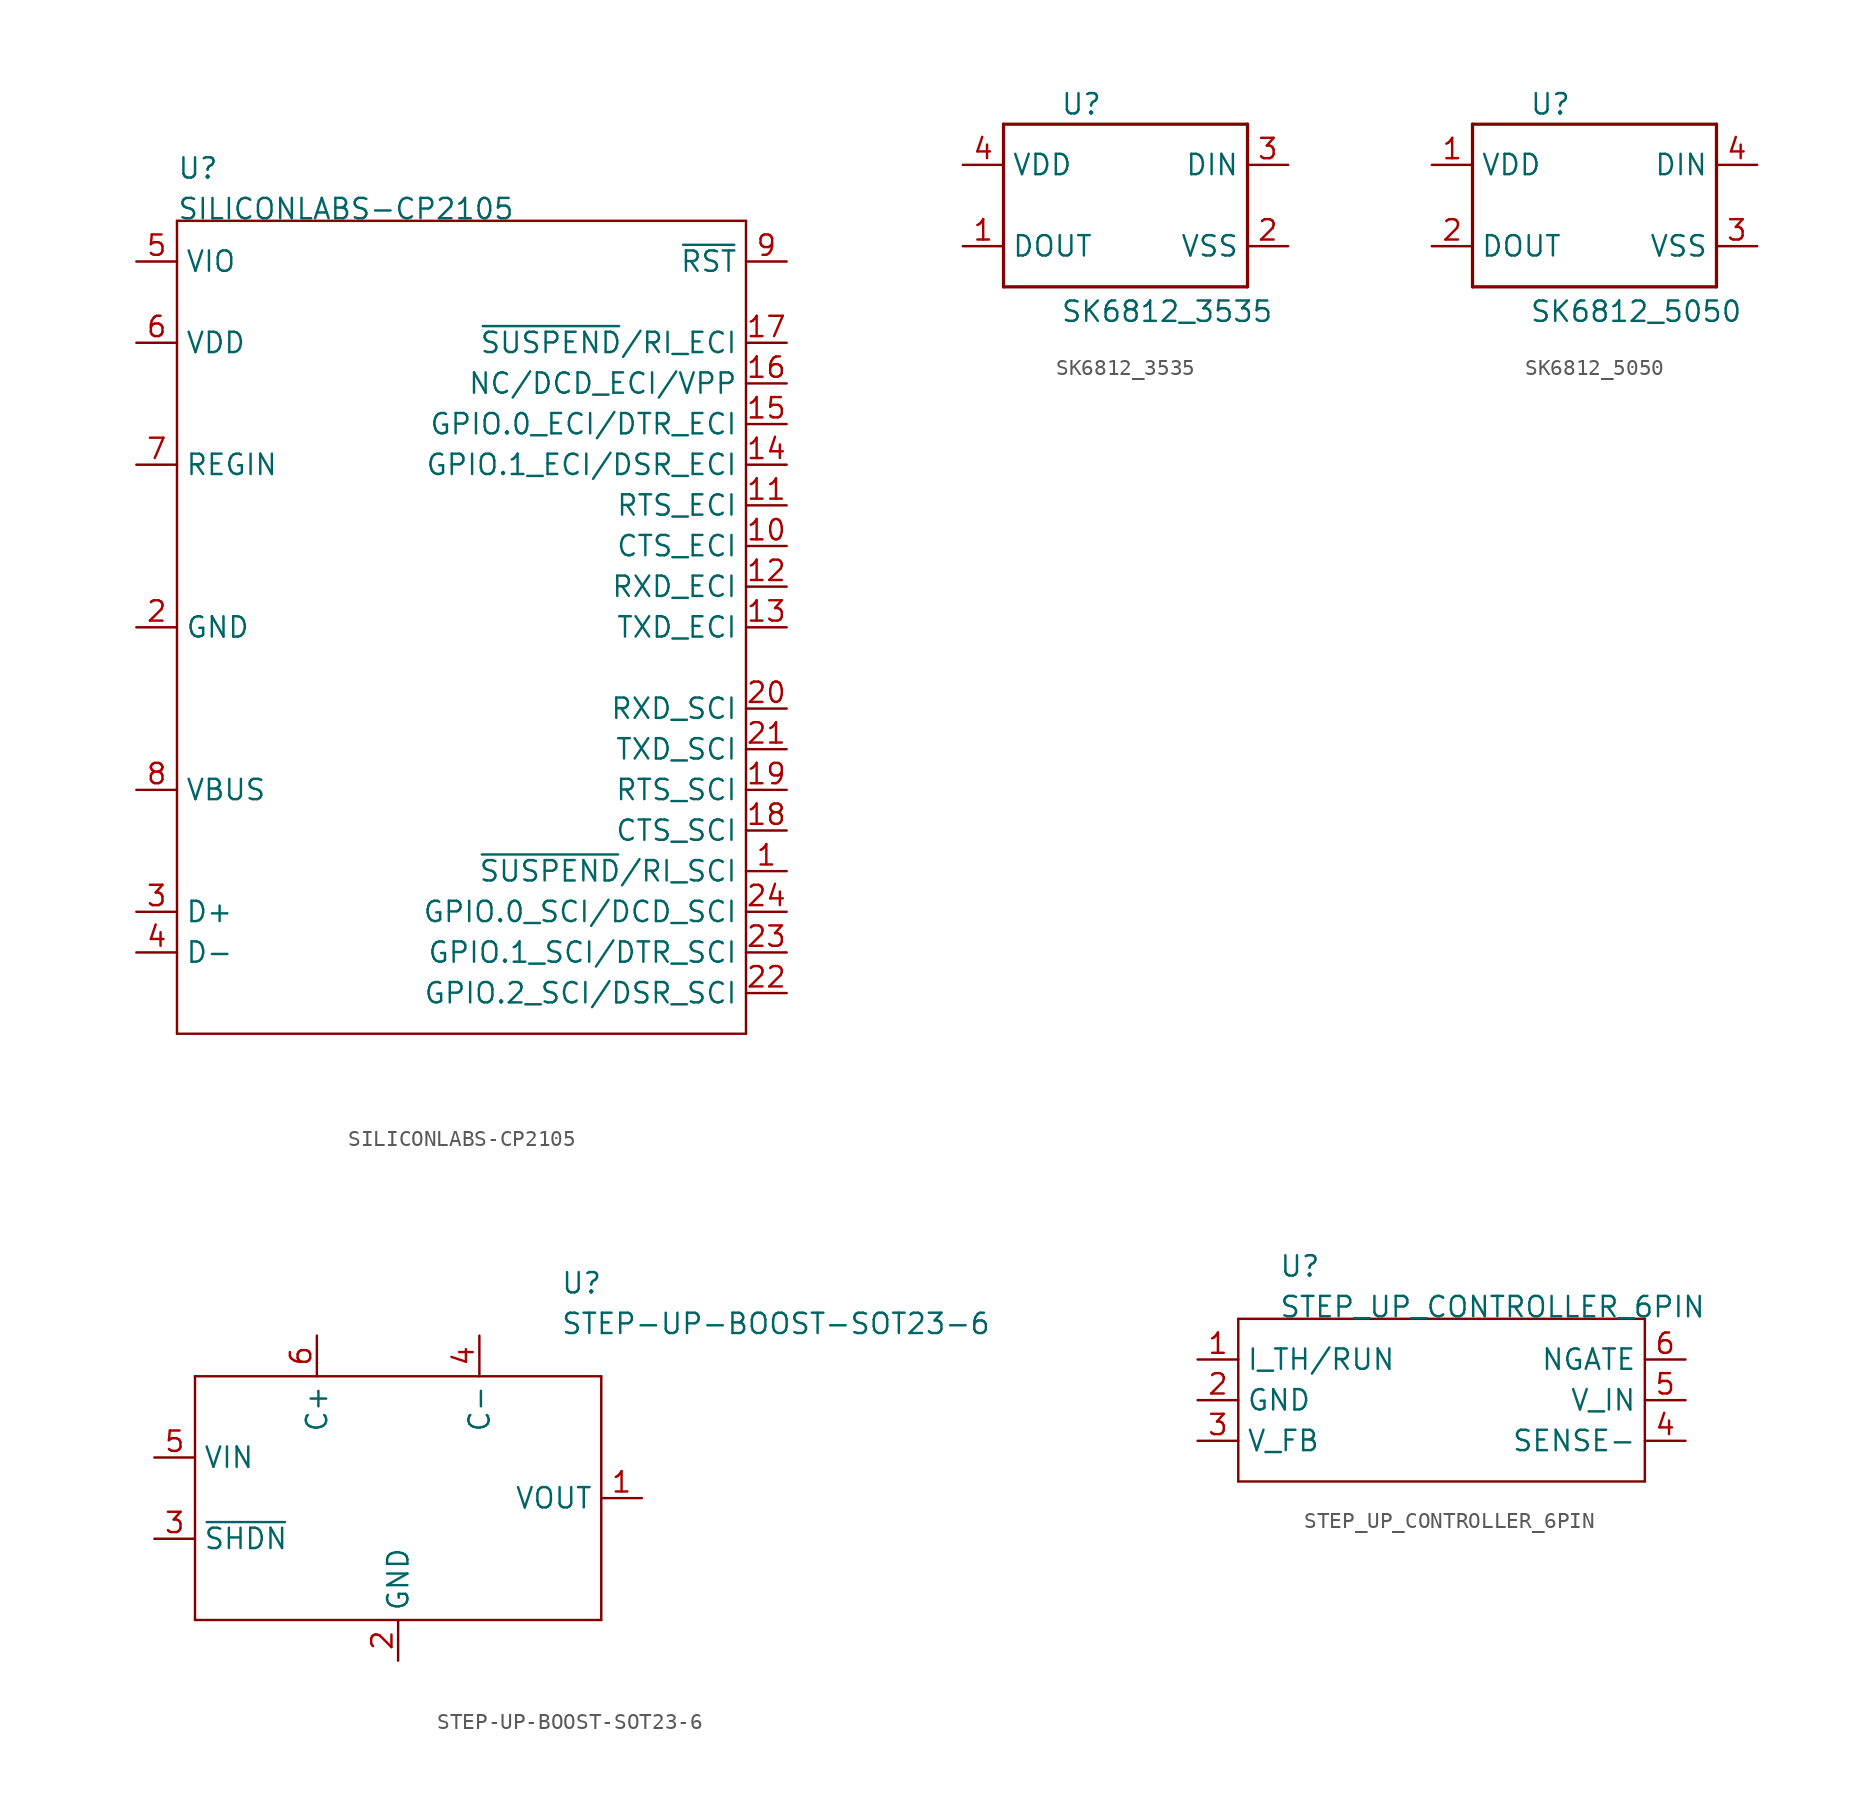
<source format=kicad_sym>
(kicad_symbol_lib
  (version 20211014)
  (generator kicad_symbol_editor)
  (symbol "SILICONLABS-CP2105"
    (pin_names)
    (property "Reference" "U"
      (at -17.78 27.94 0)
      (effects (font (size 1.27 1.27)) (justify left bottom)))
    (property "Value" "SILICONLABS-CP2105"
      (at -17.78 25.4 0)
      (effects (font (size 1.27 1.27)) (justify left bottom)))
    (property "Datasheet" ""
      (at 0 0 0))
    (property "ki_description" "Silicon Labs CP2105  - USB Bridge, USB to UART USB 2.0 UART Interface   Technical Specifications:    Standards: USB 2.0       Component Search:  [DATA SHEET NAME]   Datasheet:  CP2105 "
      (at 0 0 0))
    (property "ki_fp_filters" "FlashPCB_ICs:24-QFN(4X4)"
      (at 0 0 0))
    (symbol "SILICONLABS-CP2105_1_1"
      (polyline (pts (xy -17.78 25.4) (xy 17.78 25.4)) (stroke (width 0.152)) (fill (type none)))
      (polyline (pts (xy 17.78 25.4) (xy 17.78 -25.4)) (stroke (width 0.152)) (fill (type none)))
      (polyline (pts (xy 17.78 -25.4) (xy -17.78 -25.4)) (stroke (width 0.152)) (fill (type none)))
      (polyline (pts (xy -17.78 -25.4) (xy -17.78 25.4)) (stroke (width 0.152)) (fill (type none)))
      (pin bidirectional line (at -20.32 22.86 0) (length 2.54) (name "VIO" (effects (font (size 1.27 1.27)))) (number "5" (effects (font (size 1.27 1.27)))))
      (pin bidirectional line (at -20.32 17.78 0) (length 2.54) (name "VDD" (effects (font (size 1.27 1.27)))) (number "6" (effects (font (size 1.27 1.27)))))
      (pin bidirectional line (at -20.32 10.16 0) (length 2.54) (name "REGIN" (effects (font (size 1.27 1.27)))) (number "7" (effects (font (size 1.27 1.27)))))
      (pin bidirectional line (at -20.32 0 0) (length 2.54) (name "GND" (effects (font (size 1.27 1.27)))) (number "2" (effects (font (size 1.27 1.27)))))
      (pin bidirectional line (at -20.32 0 0) (length 2.54) hide (name "GND" (effects (font (size 1.27 1.27)))) (number "25" (effects (font (size 1.27 1.27)))))
      (pin bidirectional line (at -20.32 -10.16 0) (length 2.54) (name "VBUS" (effects (font (size 1.27 1.27)))) (number "8" (effects (font (size 1.27 1.27)))))
      (pin bidirectional line (at -20.32 -17.78 0) (length 2.54) (name "D+" (effects (font (size 1.27 1.27)))) (number "3" (effects (font (size 1.27 1.27)))))
      (pin bidirectional line (at -20.32 -20.32 0) (length 2.54) (name "D-" (effects (font (size 1.27 1.27)))) (number "4" (effects (font (size 1.27 1.27)))))
      (pin bidirectional line (at 20.32 22.86 180) (length 2.54) (name "~{RST}" (effects (font (size 1.27 1.27)))) (number "9" (effects (font (size 1.27 1.27)))))
      (pin bidirectional line (at 20.32 17.78 180) (length 2.54) (name "~{SUSPEND}/RI_ECI" (effects (font (size 1.27 1.27)))) (number "17" (effects (font (size 1.27 1.27)))))
      (pin bidirectional line (at 20.32 15.24 180) (length 2.54) (name "NC/DCD_ECI/VPP" (effects (font (size 1.27 1.27)))) (number "16" (effects (font (size 1.27 1.27)))))
      (pin bidirectional line (at 20.32 10.16 180) (length 2.54) (name "GPIO.1_ECI/DSR_ECI" (effects (font (size 1.27 1.27)))) (number "14" (effects (font (size 1.27 1.27)))))
      (pin bidirectional line (at 20.32 7.62 180) (length 2.54) (name "RTS_ECI" (effects (font (size 1.27 1.27)))) (number "11" (effects (font (size 1.27 1.27)))))
      (pin bidirectional line (at 20.32 5.08 180) (length 2.54) (name "CTS_ECI" (effects (font (size 1.27 1.27)))) (number "10" (effects (font (size 1.27 1.27)))))
      (pin bidirectional line (at 20.32 12.7 180) (length 2.54) (name "GPIO.0_ECI/DTR_ECI" (effects (font (size 1.27 1.27)))) (number "15" (effects (font (size 1.27 1.27)))))
      (pin bidirectional line (at 20.32 2.54 180) (length 2.54) (name "RXD_ECI" (effects (font (size 1.27 1.27)))) (number "12" (effects (font (size 1.27 1.27)))))
      (pin bidirectional line (at 20.32 0 180) (length 2.54) (name "TXD_ECI" (effects (font (size 1.27 1.27)))) (number "13" (effects (font (size 1.27 1.27)))))
      (pin bidirectional line (at 20.32 -5.08 180) (length 2.54) (name "RXD_SCI" (effects (font (size 1.27 1.27)))) (number "20" (effects (font (size 1.27 1.27)))))
      (pin bidirectional line (at 20.32 -7.62 180) (length 2.54) (name "TXD_SCI" (effects (font (size 1.27 1.27)))) (number "21" (effects (font (size 1.27 1.27)))))
      (pin bidirectional line (at 20.32 -10.16 180) (length 2.54) (name "RTS_SCI" (effects (font (size 1.27 1.27)))) (number "19" (effects (font (size 1.27 1.27)))))
      (pin bidirectional line (at 20.32 -12.7 180) (length 2.54) (name "CTS_SCI" (effects (font (size 1.27 1.27)))) (number "18" (effects (font (size 1.27 1.27)))))
      (pin bidirectional line (at 20.32 -17.78 180) (length 2.54) (name "GPIO.0_SCI/DCD_SCI" (effects (font (size 1.27 1.27)))) (number "24" (effects (font (size 1.27 1.27)))))
      (pin bidirectional line (at 20.32 -20.32 180) (length 2.54) (name "GPIO.1_SCI/DTR_SCI" (effects (font (size 1.27 1.27)))) (number "23" (effects (font (size 1.27 1.27)))))
      (pin bidirectional line (at 20.32 -15.24 180) (length 2.54) (name "~{SUSPEND}/RI_SCI" (effects (font (size 1.27 1.27)))) (number "1" (effects (font (size 1.27 1.27)))))
      (pin bidirectional line (at 20.32 -22.86 180) (length 2.54) (name "GPIO.2_SCI/DSR_SCI" (effects (font (size 1.27 1.27)))) (number "22" (effects (font (size 1.27 1.27)))))))
  (symbol "SK6812_3535"
    (pin_names)
    (property "Reference" "U"
      (at -4.064 5.588 0)
      (effects (font (size 1.27 1.27)) (justify left bottom)))
    (property "Value" "SK6812_3535"
      (at -4.064 -7.366 0)
      (effects (font (size 1.27 1.27)) (justify left bottom)))
    (property "Datasheet" ""
      (at 0 0 0))
    (property "ki_description" "SK6812  - Smart Controlled 5050 LED   Technical Specifications:    Input voltage: +5   Working temperature: -40~+85 ÃƒÆ’Ã†â€™ÃƒÂ¢Ã¢â€šÂ¬Ã…Â¡ÃƒÆ’Ã¢â‚¬Å¡Ãƒâ€šÃ‚Â°C       Datasheet:  SK6812  Datasheet:  SK6812RGBW "
      (at 0 0 0))
    (property "ki_fp_filters" "FlashPCB_ICs:SK6812-3535"
      (at 0 0 0))
    (symbol "SK6812_3535_1_1"
      (polyline (pts (xy -7.62 5.08) (xy 7.62 5.08)) (stroke (width 0.203)) (fill (type none)))
      (polyline (pts (xy 7.62 5.08) (xy 7.62 -5.08)) (stroke (width 0.203)) (fill (type none)))
      (polyline (pts (xy 7.62 -5.08) (xy -7.62 -5.08)) (stroke (width 0.203)) (fill (type none)))
      (polyline (pts (xy -7.62 -5.08) (xy -7.62 5.08)) (stroke (width 0.203)) (fill (type none)))
      (pin power_in line (at -10.16 2.54 0) (length 2.54) (name "VDD" (effects (font (size 1.27 1.27)))) (number "4" (effects (font (size 1.27 1.27)))))
      (pin power_in line (at 10.16 -2.54 180) (length 2.54) (name "VSS" (effects (font (size 1.27 1.27)))) (number "2" (effects (font (size 1.27 1.27)))))
      (pin input line (at 10.16 2.54 180) (length 2.54) (name "DIN" (effects (font (size 1.27 1.27)))) (number "3" (effects (font (size 1.27 1.27)))))
      (pin output line (at -10.16 -2.54 0) (length 2.54) (name "DOUT" (effects (font (size 1.27 1.27)))) (number "1" (effects (font (size 1.27 1.27)))))))
  (symbol "SK6812_5050"
    (pin_names)
    (property "Reference" "U"
      (at -4.064 5.588 0)
      (effects (font (size 1.27 1.27)) (justify left bottom)))
    (property "Value" "SK6812_5050"
      (at -4.064 -7.366 0)
      (effects (font (size 1.27 1.27)) (justify left bottom)))
    (property "Datasheet" ""
      (at 0 0 0))
    (property "ki_description" "SK6812  - Smart Controlled 5050 LED   Technical Specifications:    Input voltage: +5   Working temperature: -40~+85 ÃƒÆ’Ã†â€™ÃƒÂ¢Ã¢â€šÂ¬Ã…Â¡ÃƒÆ’Ã¢â‚¬Å¡Ãƒâ€šÃ‚Â°C       Datasheet:  SK6812  Datasheet:  SK6812RGBW "
      (at 0 0 0))
    (property "ki_fp_filters" "FlashPCB_ICs:SK6812-5050"
      (at 0 0 0))
    (symbol "SK6812_5050_1_1"
      (polyline (pts (xy -7.62 5.08) (xy 7.62 5.08)) (stroke (width 0.203)) (fill (type none)))
      (polyline (pts (xy 7.62 5.08) (xy 7.62 -5.08)) (stroke (width 0.203)) (fill (type none)))
      (polyline (pts (xy 7.62 -5.08) (xy -7.62 -5.08)) (stroke (width 0.203)) (fill (type none)))
      (polyline (pts (xy -7.62 -5.08) (xy -7.62 5.08)) (stroke (width 0.203)) (fill (type none)))
      (pin power_in line (at -10.16 2.54 0) (length 2.54) (name "VDD" (effects (font (size 1.27 1.27)))) (number "1" (effects (font (size 1.27 1.27)))))
      (pin power_in line (at 10.16 -2.54 180) (length 2.54) (name "VSS" (effects (font (size 1.27 1.27)))) (number "3" (effects (font (size 1.27 1.27)))))
      (pin input line (at 10.16 2.54 180) (length 2.54) (name "DIN" (effects (font (size 1.27 1.27)))) (number "4" (effects (font (size 1.27 1.27)))))
      (pin output line (at -10.16 -2.54 0) (length 2.54) (name "DOUT" (effects (font (size 1.27 1.27)))) (number "2" (effects (font (size 1.27 1.27)))))))
  (symbol "STEP-UP-BOOST-SOT23-6"
    (pin_names)
    (property "Reference" "U"
      (at 10.16 12.7 0)
      (effects (font (size 1.27 1.27)) (justify left bottom)))
    (property "Value" "STEP-UP-BOOST-SOT23-6"
      (at 10.16 10.16 0)
      (effects (font (size 1.27 1.27)) (justify left bottom)))
    (property "Datasheet" ""
      (at 0 0 0))
    (property "ki_description" "STEP-UP-BOOST  - LED Driver IC 1 Output DC DC Regulator Step-Up (Boost) Dimming 100mA SOT-23-6   Technical Specifications:    Type: DC DC Regulator   Number of Outputs: 1       Component Search:  [DATA SHEET NAME]   Datasheet:  	 AP3602A "
      (at 0 0 0))
    (property "ki_fp_filters" "FlashPCB_ICs:SOT-23-6 FlashPCB_ICs:SOT-23-6_NOSILK"
      (at 0 0 0))
    (symbol "STEP-UP-BOOST-SOT23-6_1_1"
      (polyline (pts (xy -12.7 7.62) (xy 12.7 7.62)) (stroke (width 0.152)) (fill (type none)))
      (polyline (pts (xy 12.7 7.62) (xy 12.7 -7.62)) (stroke (width 0.152)) (fill (type none)))
      (polyline (pts (xy 12.7 -7.62) (xy -12.7 -7.62)) (stroke (width 0.152)) (fill (type none)))
      (polyline (pts (xy -12.7 -7.62) (xy -12.7 7.62)) (stroke (width 0.152)) (fill (type none)))
      (pin bidirectional line (at -15.24 2.54 0) (length 2.54) (name "VIN" (effects (font (size 1.27 1.27)))) (number "5" (effects (font (size 1.27 1.27)))))
      (pin bidirectional line (at -15.24 -2.54 0) (length 2.54) (name "~{SHDN}" (effects (font (size 1.27 1.27)))) (number "3" (effects (font (size 1.27 1.27)))))
      (pin bidirectional line (at 0 -10.16 90) (length 2.54) (name "GND" (effects (font (size 1.27 1.27)))) (number "2" (effects (font (size 1.27 1.27)))))
      (pin bidirectional line (at -5.08 10.16 270) (length 2.54) (name "C+" (effects (font (size 1.27 1.27)))) (number "6" (effects (font (size 1.27 1.27)))))
      (pin bidirectional line (at 5.08 10.16 270) (length 2.54) (name "C-" (effects (font (size 1.27 1.27)))) (number "4" (effects (font (size 1.27 1.27)))))
      (pin bidirectional line (at 15.24 0 180) (length 2.54) (name "VOUT" (effects (font (size 1.27 1.27)))) (number "1" (effects (font (size 1.27 1.27)))))))
  (symbol "STEP_UP_CONTROLLER_6PIN"
    (pin_names)
    (property "Reference" "U"
      (at -10.16 7.62 0)
      (effects (font (size 1.27 1.27)) (justify left bottom)))
    (property "Value" "STEP_UP_CONTROLLER_6PIN"
      (at -10.16 5.08 0)
      (effects (font (size 1.27 1.27)) (justify left bottom)))
    (property "Datasheet" ""
      (at 0 0 0))
    (property "ki_fp_filters" "FlashPCB_ICs:SOT-23-6 FlashPCB_ICs:SOT-23-6_NOSILK"
      (at 0 0 0))
    (symbol "STEP_UP_CONTROLLER_6PIN_1_1"
      (polyline (pts (xy -12.7 5.08) (xy 12.7 5.08)) (stroke (width 0.152)) (fill (type none)))
      (polyline (pts (xy 12.7 5.08) (xy 12.7 -5.08)) (stroke (width 0.152)) (fill (type none)))
      (polyline (pts (xy 12.7 -5.08) (xy -12.7 -5.08)) (stroke (width 0.152)) (fill (type none)))
      (polyline (pts (xy -12.7 -5.08) (xy -12.7 5.08)) (stroke (width 0.152)) (fill (type none)))
      (pin bidirectional line (at -15.24 2.54 0) (length 2.54) (name "I_TH/RUN" (effects (font (size 1.27 1.27)))) (number "1" (effects (font (size 1.27 1.27)))))
      (pin bidirectional line (at -15.24 0 0) (length 2.54) (name "GND" (effects (font (size 1.27 1.27)))) (number "2" (effects (font (size 1.27 1.27)))))
      (pin bidirectional line (at -15.24 -2.54 0) (length 2.54) (name "V_FB" (effects (font (size 1.27 1.27)))) (number "3" (effects (font (size 1.27 1.27)))))
      (pin bidirectional line (at 15.24 -2.54 180) (length 2.54) (name "SENSE-" (effects (font (size 1.27 1.27)))) (number "4" (effects (font (size 1.27 1.27)))))
      (pin bidirectional line (at 15.24 0 180) (length 2.54) (name "V_IN" (effects (font (size 1.27 1.27)))) (number "5" (effects (font (size 1.27 1.27)))))
      (pin bidirectional line (at 15.24 2.54 180) (length 2.54) (name "NGATE" (effects (font (size 1.27 1.27)))) (number "6" (effects (font (size 1.27 1.27))))))))
</source>
